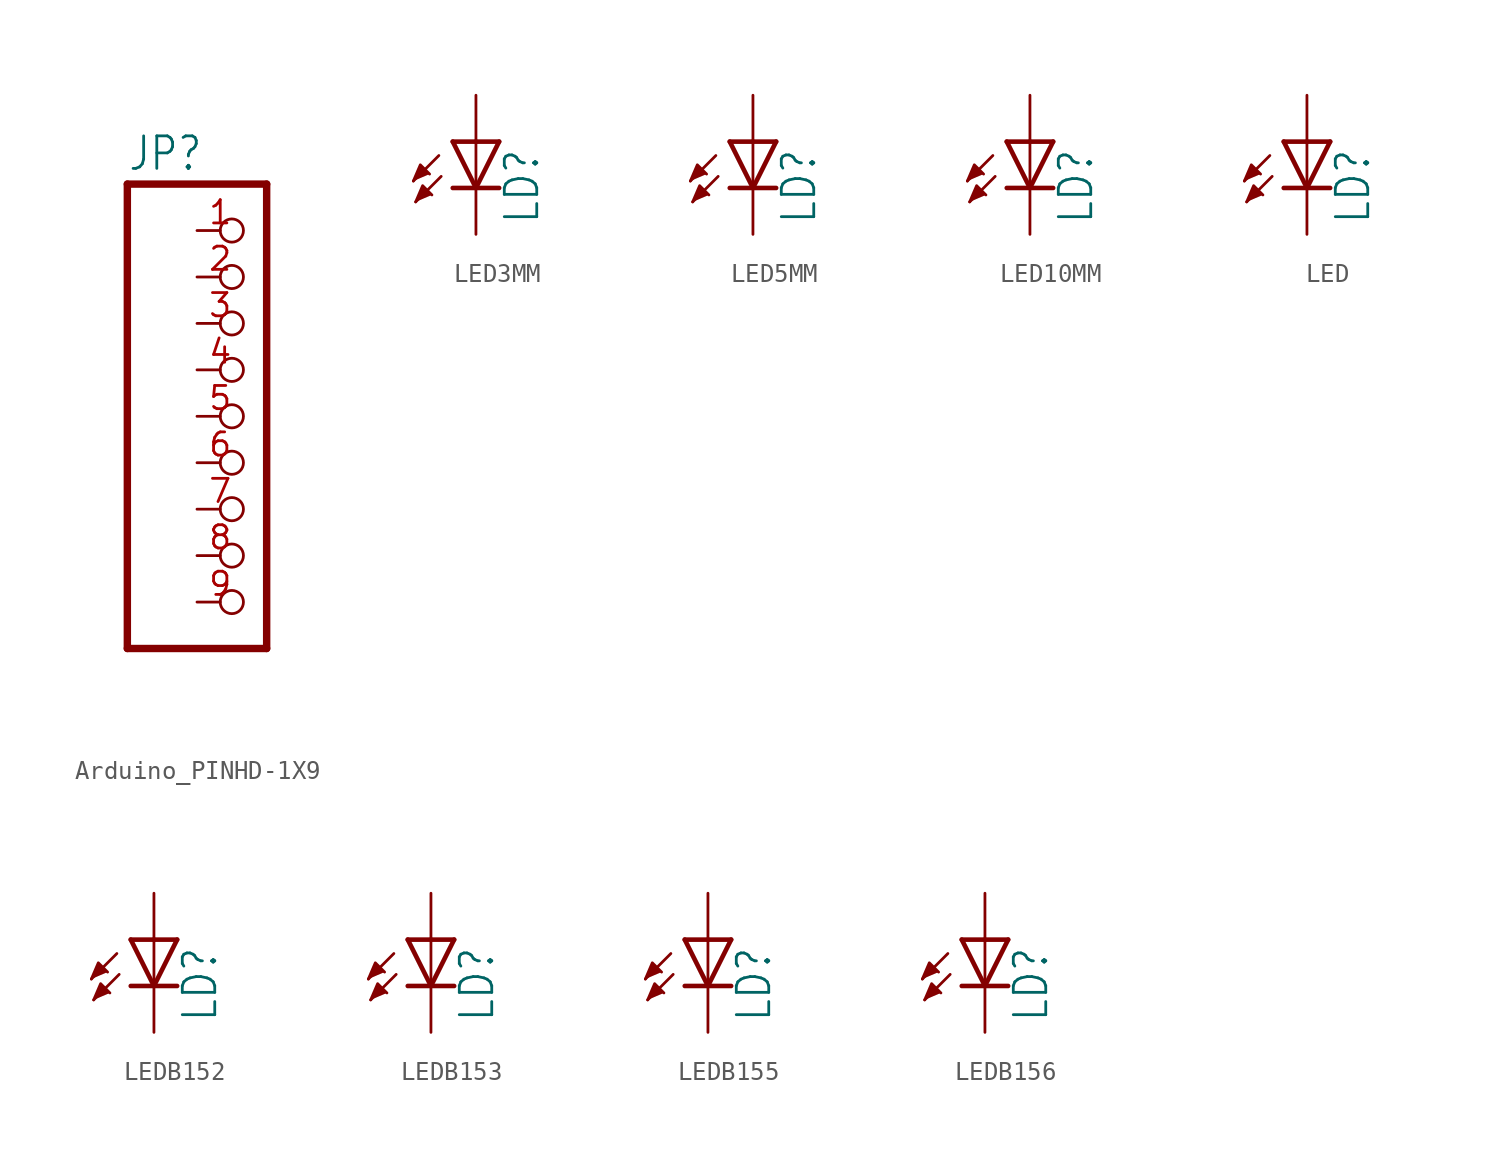
<source format=kicad_sym>
(kicad_symbol_lib
  (version 20220914)
  (generator kicad_symbol_editor)
  (symbol "Arduino_PINHD-1X9"
    (property "Reference" "JP"
      (at -6.35 13.335 0)
      (effects (font (size 1.778 1.511)) (justify left bottom)))
    (property "Value" ""
      (at -6.35 -15.24 0)
      (effects (font (size 1.778 1.511)) (justify left bottom)))
    (property "ki_locked" ""
      (at 0 0 0)
      (effects (font (size 1.27 1.27))))
    (symbol "Arduino_PINHD-1X9_1_0"
      (polyline (pts (xy -6.35 -12.7) (xy 1.27 -12.7)) (stroke (width 0.406) (type solid)) (fill (type none)))
      (polyline (pts (xy -6.35 12.7) (xy -6.35 -12.7)) (stroke (width 0.406) (type solid)) (fill (type none)))
      (polyline (pts (xy 1.27 -12.7) (xy 1.27 12.7)) (stroke (width 0.406) (type solid)) (fill (type none)))
      (polyline (pts (xy 1.27 12.7) (xy -6.35 12.7)) (stroke (width 0.406) (type solid)) (fill (type none)))
      (pin passive inverted (at -2.54 10.16 0) (length 2.54) (name "1" (effects (font (size 0 0)))) (number "1" (effects (font (size 1.27 1.27)))))
      (pin passive inverted (at -2.54 7.62 0) (length 2.54) (name "2" (effects (font (size 0 0)))) (number "2" (effects (font (size 1.27 1.27)))))
      (pin passive inverted (at -2.54 5.08 0) (length 2.54) (name "3" (effects (font (size 0 0)))) (number "3" (effects (font (size 1.27 1.27)))))
      (pin passive inverted (at -2.54 2.54 0) (length 2.54) (name "4" (effects (font (size 0 0)))) (number "4" (effects (font (size 1.27 1.27)))))
      (pin passive inverted (at -2.54 0 0) (length 2.54) (name "5" (effects (font (size 0 0)))) (number "5" (effects (font (size 1.27 1.27)))))
      (pin passive inverted (at -2.54 -2.54 0) (length 2.54) (name "6" (effects (font (size 0 0)))) (number "6" (effects (font (size 1.27 1.27)))))
      (pin passive inverted (at -2.54 -5.08 0) (length 2.54) (name "7" (effects (font (size 0 0)))) (number "7" (effects (font (size 1.27 1.27)))))
      (pin passive inverted (at -2.54 -7.62 0) (length 2.54) (name "8" (effects (font (size 0 0)))) (number "8" (effects (font (size 1.27 1.27)))))
      (pin passive inverted (at -2.54 -10.16 0) (length 2.54) (name "9" (effects (font (size 0 0)))) (number "9" (effects (font (size 1.27 1.27)))))))
  (symbol "LED3MM"
    (property "Reference" "LD"
      (at 3.556 -4.572 90)
      (effects (font (size 1.778 1.511)) (justify left bottom)))
    (property "Value" ""
      (at 5.715 -4.572 90)
      (effects (font (size 1.778 1.511)) (justify left bottom)))
    (property "ki_locked" ""
      (at 0 0 0)
      (effects (font (size 1.27 1.27))))
    (symbol "LED3MM_1_0"
      (polyline (pts (xy -2.032 -0.762) (xy -3.429 -2.159)) (stroke (width 0.152) (type solid)) (fill (type none)))
      (polyline (pts (xy -1.905 -1.905) (xy -3.302 -3.302)) (stroke (width 0.152) (type solid)) (fill (type none)))
      (polyline (pts (xy 0 -2.54) (xy -1.27 -2.54)) (stroke (width 0.254) (type solid)) (fill (type none)))
      (polyline (pts (xy 0 -2.54) (xy -1.27 0)) (stroke (width 0.254) (type solid)) (fill (type none)))
      (polyline (pts (xy 0 0) (xy -1.27 0)) (stroke (width 0.254) (type solid)) (fill (type none)))
      (polyline (pts (xy 0 0) (xy 0 -2.54)) (stroke (width 0.152) (type solid)) (fill (type none)))
      (polyline (pts (xy 1.27 -2.54) (xy 0 -2.54)) (stroke (width 0.254) (type solid)) (fill (type none)))
      (polyline (pts (xy 1.27 0) (xy 0 -2.54)) (stroke (width 0.254) (type solid)) (fill (type none)))
      (polyline (pts (xy 1.27 0) (xy 0 0)) (stroke (width 0.254) (type solid)) (fill (type none)))
      (polyline (pts (xy -3.429 -2.159) (xy -3.048 -1.27) (xy -2.54 -1.778)) (stroke (width 0.152) (type solid)) (fill (type outline)))
      (polyline (pts (xy -3.302 -3.302) (xy -2.921 -2.413) (xy -2.413 -2.921)) (stroke (width 0.152) (type solid)) (fill (type outline)))
      (pin passive line (at 0 2.54 270) (length 2.54) (name "A" (effects (font (size 0 0)))) (number "A" (effects (font (size 0 0)))))
      (pin passive line (at 0 -5.08 90) (length 2.54) (name "C" (effects (font (size 0 0)))) (number "K" (effects (font (size 0 0)))))))
  (symbol "LED5MM"
    (property "Reference" "LD"
      (at 3.556 -4.572 90)
      (effects (font (size 1.778 1.511)) (justify left bottom)))
    (property "Value" ""
      (at 5.715 -4.572 90)
      (effects (font (size 1.778 1.511)) (justify left bottom)))
    (property "ki_locked" ""
      (at 0 0 0)
      (effects (font (size 1.27 1.27))))
    (symbol "LED5MM_1_0"
      (polyline (pts (xy -2.032 -0.762) (xy -3.429 -2.159)) (stroke (width 0.152) (type solid)) (fill (type none)))
      (polyline (pts (xy -1.905 -1.905) (xy -3.302 -3.302)) (stroke (width 0.152) (type solid)) (fill (type none)))
      (polyline (pts (xy 0 -2.54) (xy -1.27 -2.54)) (stroke (width 0.254) (type solid)) (fill (type none)))
      (polyline (pts (xy 0 -2.54) (xy -1.27 0)) (stroke (width 0.254) (type solid)) (fill (type none)))
      (polyline (pts (xy 0 0) (xy -1.27 0)) (stroke (width 0.254) (type solid)) (fill (type none)))
      (polyline (pts (xy 0 0) (xy 0 -2.54)) (stroke (width 0.152) (type solid)) (fill (type none)))
      (polyline (pts (xy 1.27 -2.54) (xy 0 -2.54)) (stroke (width 0.254) (type solid)) (fill (type none)))
      (polyline (pts (xy 1.27 0) (xy 0 -2.54)) (stroke (width 0.254) (type solid)) (fill (type none)))
      (polyline (pts (xy 1.27 0) (xy 0 0)) (stroke (width 0.254) (type solid)) (fill (type none)))
      (polyline (pts (xy -3.429 -2.159) (xy -3.048 -1.27) (xy -2.54 -1.778)) (stroke (width 0.152) (type solid)) (fill (type outline)))
      (polyline (pts (xy -3.302 -3.302) (xy -2.921 -2.413) (xy -2.413 -2.921)) (stroke (width 0.152) (type solid)) (fill (type outline)))
      (pin passive line (at 0 2.54 270) (length 2.54) (name "A" (effects (font (size 0 0)))) (number "A" (effects (font (size 0 0)))))
      (pin passive line (at 0 -5.08 90) (length 2.54) (name "C" (effects (font (size 0 0)))) (number "K" (effects (font (size 0 0)))))))
  (symbol "LED10MM"
    (property "Reference" "LD"
      (at 3.556 -4.572 90)
      (effects (font (size 1.778 1.511)) (justify left bottom)))
    (property "Value" ""
      (at 5.715 -4.572 90)
      (effects (font (size 1.778 1.511)) (justify left bottom)))
    (property "ki_locked" ""
      (at 0 0 0)
      (effects (font (size 1.27 1.27))))
    (symbol "LED10MM_1_0"
      (polyline (pts (xy -2.032 -0.762) (xy -3.429 -2.159)) (stroke (width 0.152) (type solid)) (fill (type none)))
      (polyline (pts (xy -1.905 -1.905) (xy -3.302 -3.302)) (stroke (width 0.152) (type solid)) (fill (type none)))
      (polyline (pts (xy 0 -2.54) (xy -1.27 -2.54)) (stroke (width 0.254) (type solid)) (fill (type none)))
      (polyline (pts (xy 0 -2.54) (xy -1.27 0)) (stroke (width 0.254) (type solid)) (fill (type none)))
      (polyline (pts (xy 0 0) (xy -1.27 0)) (stroke (width 0.254) (type solid)) (fill (type none)))
      (polyline (pts (xy 0 0) (xy 0 -2.54)) (stroke (width 0.152) (type solid)) (fill (type none)))
      (polyline (pts (xy 1.27 -2.54) (xy 0 -2.54)) (stroke (width 0.254) (type solid)) (fill (type none)))
      (polyline (pts (xy 1.27 0) (xy 0 -2.54)) (stroke (width 0.254) (type solid)) (fill (type none)))
      (polyline (pts (xy 1.27 0) (xy 0 0)) (stroke (width 0.254) (type solid)) (fill (type none)))
      (polyline (pts (xy -3.429 -2.159) (xy -3.048 -1.27) (xy -2.54 -1.778)) (stroke (width 0.152) (type solid)) (fill (type outline)))
      (polyline (pts (xy -3.302 -3.302) (xy -2.921 -2.413) (xy -2.413 -2.921)) (stroke (width 0.152) (type solid)) (fill (type outline)))
      (pin passive line (at 0 2.54 270) (length 2.54) (name "A" (effects (font (size 0 0)))) (number "A" (effects (font (size 0 0)))))
      (pin passive line (at 0 -5.08 90) (length 2.54) (name "C" (effects (font (size 0 0)))) (number "K" (effects (font (size 0 0)))))))
  (symbol "LED"
    (property "Reference" "LD"
      (at 3.556 -4.572 90)
      (effects (font (size 1.778 1.511)) (justify left bottom)))
    (property "Value" ""
      (at 5.715 -4.572 90)
      (effects (font (size 1.778 1.511)) (justify left bottom)))
    (property "ki_locked" ""
      (at 0 0 0)
      (effects (font (size 1.27 1.27))))
    (symbol "LED_1_0"
      (polyline (pts (xy -2.032 -0.762) (xy -3.429 -2.159)) (stroke (width 0.152) (type solid)) (fill (type none)))
      (polyline (pts (xy -1.905 -1.905) (xy -3.302 -3.302)) (stroke (width 0.152) (type solid)) (fill (type none)))
      (polyline (pts (xy 0 -2.54) (xy -1.27 -2.54)) (stroke (width 0.254) (type solid)) (fill (type none)))
      (polyline (pts (xy 0 -2.54) (xy -1.27 0)) (stroke (width 0.254) (type solid)) (fill (type none)))
      (polyline (pts (xy 0 0) (xy -1.27 0)) (stroke (width 0.254) (type solid)) (fill (type none)))
      (polyline (pts (xy 0 0) (xy 0 -2.54)) (stroke (width 0.152) (type solid)) (fill (type none)))
      (polyline (pts (xy 1.27 -2.54) (xy 0 -2.54)) (stroke (width 0.254) (type solid)) (fill (type none)))
      (polyline (pts (xy 1.27 0) (xy 0 -2.54)) (stroke (width 0.254) (type solid)) (fill (type none)))
      (polyline (pts (xy 1.27 0) (xy 0 0)) (stroke (width 0.254) (type solid)) (fill (type none)))
      (polyline (pts (xy -3.429 -2.159) (xy -3.048 -1.27) (xy -2.54 -1.778)) (stroke (width 0.152) (type solid)) (fill (type outline)))
      (polyline (pts (xy -3.302 -3.302) (xy -2.921 -2.413) (xy -2.413 -2.921)) (stroke (width 0.152) (type solid)) (fill (type outline)))
      (pin passive line (at 0 2.54 270) (length 2.54) (name "A" (effects (font (size 0 0)))) (number "A@1" (effects (font (size 0 0)))))
      (pin passive line (at 0 -5.08 90) (length 2.54) (name "C" (effects (font (size 0 0)))) (number "C@1" (effects (font (size 0 0)))))))
  (symbol "LEDB152"
    (property "Reference" "LD"
      (at 3.556 -4.572 90)
      (effects (font (size 1.778 1.511)) (justify left bottom)))
    (property "Value" ""
      (at 5.715 -4.572 90)
      (effects (font (size 1.778 1.511)) (justify left bottom)))
    (property "ki_locked" ""
      (at 0 0 0)
      (effects (font (size 1.27 1.27))))
    (symbol "LEDB152_1_0"
      (polyline (pts (xy -2.032 -0.762) (xy -3.429 -2.159)) (stroke (width 0.152) (type solid)) (fill (type none)))
      (polyline (pts (xy -1.905 -1.905) (xy -3.302 -3.302)) (stroke (width 0.152) (type solid)) (fill (type none)))
      (polyline (pts (xy 0 -2.54) (xy -1.27 -2.54)) (stroke (width 0.254) (type solid)) (fill (type none)))
      (polyline (pts (xy 0 -2.54) (xy -1.27 0)) (stroke (width 0.254) (type solid)) (fill (type none)))
      (polyline (pts (xy 0 0) (xy -1.27 0)) (stroke (width 0.254) (type solid)) (fill (type none)))
      (polyline (pts (xy 0 0) (xy 0 -2.54)) (stroke (width 0.152) (type solid)) (fill (type none)))
      (polyline (pts (xy 1.27 -2.54) (xy 0 -2.54)) (stroke (width 0.254) (type solid)) (fill (type none)))
      (polyline (pts (xy 1.27 0) (xy 0 -2.54)) (stroke (width 0.254) (type solid)) (fill (type none)))
      (polyline (pts (xy 1.27 0) (xy 0 0)) (stroke (width 0.254) (type solid)) (fill (type none)))
      (polyline (pts (xy -3.429 -2.159) (xy -3.048 -1.27) (xy -2.54 -1.778)) (stroke (width 0.152) (type solid)) (fill (type outline)))
      (polyline (pts (xy -3.302 -3.302) (xy -2.921 -2.413) (xy -2.413 -2.921)) (stroke (width 0.152) (type solid)) (fill (type outline)))
      (pin passive line (at 0 2.54 270) (length 2.54) (name "A" (effects (font (size 0 0)))) (number "A" (effects (font (size 0 0)))))
      (pin passive line (at 0 -5.08 90) (length 2.54) (name "C" (effects (font (size 0 0)))) (number "K" (effects (font (size 0 0)))))))
  (symbol "LEDB153"
    (property "Reference" "LD"
      (at 3.556 -4.572 90)
      (effects (font (size 1.778 1.511)) (justify left bottom)))
    (property "Value" ""
      (at 5.715 -4.572 90)
      (effects (font (size 1.778 1.511)) (justify left bottom)))
    (property "ki_locked" ""
      (at 0 0 0)
      (effects (font (size 1.27 1.27))))
    (symbol "LEDB153_1_0"
      (polyline (pts (xy -2.032 -0.762) (xy -3.429 -2.159)) (stroke (width 0.152) (type solid)) (fill (type none)))
      (polyline (pts (xy -1.905 -1.905) (xy -3.302 -3.302)) (stroke (width 0.152) (type solid)) (fill (type none)))
      (polyline (pts (xy 0 -2.54) (xy -1.27 -2.54)) (stroke (width 0.254) (type solid)) (fill (type none)))
      (polyline (pts (xy 0 -2.54) (xy -1.27 0)) (stroke (width 0.254) (type solid)) (fill (type none)))
      (polyline (pts (xy 0 0) (xy -1.27 0)) (stroke (width 0.254) (type solid)) (fill (type none)))
      (polyline (pts (xy 0 0) (xy 0 -2.54)) (stroke (width 0.152) (type solid)) (fill (type none)))
      (polyline (pts (xy 1.27 -2.54) (xy 0 -2.54)) (stroke (width 0.254) (type solid)) (fill (type none)))
      (polyline (pts (xy 1.27 0) (xy 0 -2.54)) (stroke (width 0.254) (type solid)) (fill (type none)))
      (polyline (pts (xy 1.27 0) (xy 0 0)) (stroke (width 0.254) (type solid)) (fill (type none)))
      (polyline (pts (xy -3.429 -2.159) (xy -3.048 -1.27) (xy -2.54 -1.778)) (stroke (width 0.152) (type solid)) (fill (type outline)))
      (polyline (pts (xy -3.302 -3.302) (xy -2.921 -2.413) (xy -2.413 -2.921)) (stroke (width 0.152) (type solid)) (fill (type outline)))
      (pin passive line (at 0 2.54 270) (length 2.54) (name "A" (effects (font (size 0 0)))) (number "A" (effects (font (size 0 0)))))
      (pin passive line (at 0 -5.08 90) (length 2.54) (name "C" (effects (font (size 0 0)))) (number "K" (effects (font (size 0 0)))))))
  (symbol "LEDB155"
    (property "Reference" "LD"
      (at 3.556 -4.572 90)
      (effects (font (size 1.778 1.511)) (justify left bottom)))
    (property "Value" ""
      (at 5.715 -4.572 90)
      (effects (font (size 1.778 1.511)) (justify left bottom)))
    (property "ki_locked" ""
      (at 0 0 0)
      (effects (font (size 1.27 1.27))))
    (symbol "LEDB155_1_0"
      (polyline (pts (xy -2.032 -0.762) (xy -3.429 -2.159)) (stroke (width 0.152) (type solid)) (fill (type none)))
      (polyline (pts (xy -1.905 -1.905) (xy -3.302 -3.302)) (stroke (width 0.152) (type solid)) (fill (type none)))
      (polyline (pts (xy 0 -2.54) (xy -1.27 -2.54)) (stroke (width 0.254) (type solid)) (fill (type none)))
      (polyline (pts (xy 0 -2.54) (xy -1.27 0)) (stroke (width 0.254) (type solid)) (fill (type none)))
      (polyline (pts (xy 0 0) (xy -1.27 0)) (stroke (width 0.254) (type solid)) (fill (type none)))
      (polyline (pts (xy 0 0) (xy 0 -2.54)) (stroke (width 0.152) (type solid)) (fill (type none)))
      (polyline (pts (xy 1.27 -2.54) (xy 0 -2.54)) (stroke (width 0.254) (type solid)) (fill (type none)))
      (polyline (pts (xy 1.27 0) (xy 0 -2.54)) (stroke (width 0.254) (type solid)) (fill (type none)))
      (polyline (pts (xy 1.27 0) (xy 0 0)) (stroke (width 0.254) (type solid)) (fill (type none)))
      (polyline (pts (xy -3.429 -2.159) (xy -3.048 -1.27) (xy -2.54 -1.778)) (stroke (width 0.152) (type solid)) (fill (type outline)))
      (polyline (pts (xy -3.302 -3.302) (xy -2.921 -2.413) (xy -2.413 -2.921)) (stroke (width 0.152) (type solid)) (fill (type outline)))
      (pin passive line (at 0 2.54 270) (length 2.54) (name "A" (effects (font (size 0 0)))) (number "A" (effects (font (size 0 0)))))
      (pin passive line (at 0 -5.08 90) (length 2.54) (name "C" (effects (font (size 0 0)))) (number "K" (effects (font (size 0 0)))))))
  (symbol "LEDB156"
    (property "Reference" "LD"
      (at 3.556 -4.572 90)
      (effects (font (size 1.778 1.511)) (justify left bottom)))
    (property "Value" ""
      (at 5.715 -4.572 90)
      (effects (font (size 1.778 1.511)) (justify left bottom)))
    (property "ki_locked" ""
      (at 0 0 0)
      (effects (font (size 1.27 1.27))))
    (symbol "LEDB156_1_0"
      (polyline (pts (xy -2.032 -0.762) (xy -3.429 -2.159)) (stroke (width 0.152) (type solid)) (fill (type none)))
      (polyline (pts (xy -1.905 -1.905) (xy -3.302 -3.302)) (stroke (width 0.152) (type solid)) (fill (type none)))
      (polyline (pts (xy 0 -2.54) (xy -1.27 -2.54)) (stroke (width 0.254) (type solid)) (fill (type none)))
      (polyline (pts (xy 0 -2.54) (xy -1.27 0)) (stroke (width 0.254) (type solid)) (fill (type none)))
      (polyline (pts (xy 0 0) (xy -1.27 0)) (stroke (width 0.254) (type solid)) (fill (type none)))
      (polyline (pts (xy 0 0) (xy 0 -2.54)) (stroke (width 0.152) (type solid)) (fill (type none)))
      (polyline (pts (xy 1.27 -2.54) (xy 0 -2.54)) (stroke (width 0.254) (type solid)) (fill (type none)))
      (polyline (pts (xy 1.27 0) (xy 0 -2.54)) (stroke (width 0.254) (type solid)) (fill (type none)))
      (polyline (pts (xy 1.27 0) (xy 0 0)) (stroke (width 0.254) (type solid)) (fill (type none)))
      (polyline (pts (xy -3.429 -2.159) (xy -3.048 -1.27) (xy -2.54 -1.778)) (stroke (width 0.152) (type solid)) (fill (type outline)))
      (polyline (pts (xy -3.302 -3.302) (xy -2.921 -2.413) (xy -2.413 -2.921)) (stroke (width 0.152) (type solid)) (fill (type outline)))
      (pin passive line (at 0 2.54 270) (length 2.54) (name "A" (effects (font (size 0 0)))) (number "A" (effects (font (size 0 0)))))
      (pin passive line (at 0 -5.08 90) (length 2.54) (name "C" (effects (font (size 0 0)))) (number "K" (effects (font (size 0 0))))))))
</source>
